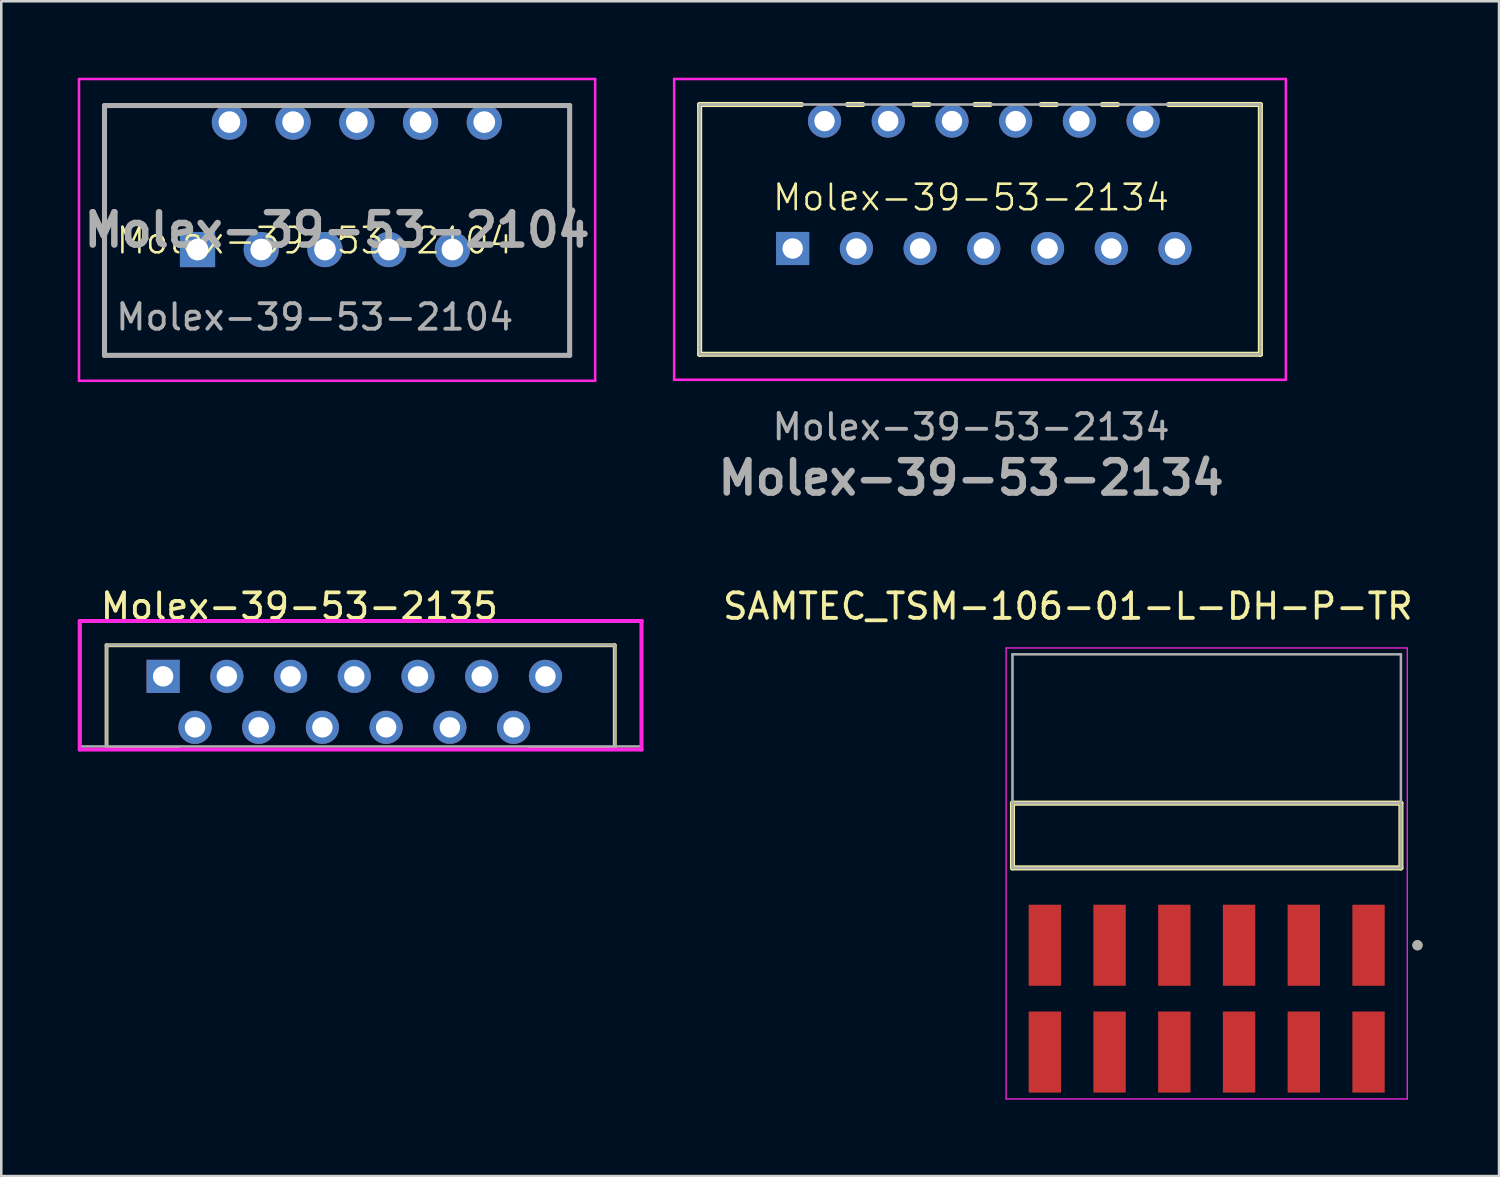
<source format=kicad_pcb>
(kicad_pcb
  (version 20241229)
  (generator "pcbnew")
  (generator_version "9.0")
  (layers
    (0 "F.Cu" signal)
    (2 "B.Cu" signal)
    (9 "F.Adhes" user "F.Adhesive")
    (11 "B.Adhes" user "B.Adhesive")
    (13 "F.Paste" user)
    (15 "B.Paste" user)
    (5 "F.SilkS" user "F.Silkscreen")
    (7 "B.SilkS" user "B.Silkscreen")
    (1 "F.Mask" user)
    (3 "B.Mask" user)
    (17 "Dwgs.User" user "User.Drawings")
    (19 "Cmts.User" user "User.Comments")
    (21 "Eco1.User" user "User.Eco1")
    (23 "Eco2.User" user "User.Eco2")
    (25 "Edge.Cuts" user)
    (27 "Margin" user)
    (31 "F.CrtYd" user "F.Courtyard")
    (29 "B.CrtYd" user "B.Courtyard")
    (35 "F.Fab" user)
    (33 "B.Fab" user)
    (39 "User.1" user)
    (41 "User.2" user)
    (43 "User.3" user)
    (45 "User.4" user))
  (footprint "Molex-39-53-2135"
    (layer "F.Cu")
    (at 3.35 23.487)
    (property "Reference" "Molex-39-53-2135" (at -2.54 -2.75 0) (layer "F.SilkS") (effects (font (size 1 1) (thickness 0.15)) (justify left)))
    (attr through_hole)
    (fp_line (start -2.22 -1.22) (end 17.72 -1.22) (stroke (width 0.15) (type solid)) (layer "F.SilkS"))
    (fp_line (start -2.22 2.85) (end -2.22 -1.22) (stroke (width 0.15) (type solid)) (layer "F.SilkS"))
    (fp_line (start -2.22 2.85) (end 0.633 2.85) (stroke (width 0.15) (type solid)) (layer "F.SilkS"))
    (fp_line (start 14.367 2.85) (end 17.72 2.85) (stroke (width 0.15) (type solid)) (layer "F.SilkS"))
    (fp_line (start 17.72 2.85) (end 17.72 -1.22) (stroke (width 0.15) (type solid)) (layer "F.SilkS"))
    (fp_line (start -3.275 -2.175) (end -3.275 2.875) (stroke (width 0.15) (type solid)) (layer "F.CrtYd"))
    (fp_line (start -3.275 2.875) (end 18.775 2.875) (stroke (width 0.15) (type solid)) (layer "F.CrtYd"))
    (fp_line (start 18.775 -2.175) (end -3.275 -2.175) (stroke (width 0.15) (type solid)) (layer "F.CrtYd"))
    (fp_line (start 18.775 -2.175) (end 18.775 -2.175) (stroke (width 0.15) (type solid)) (layer "F.CrtYd"))
    (fp_line (start 18.775 2.875) (end 18.775 -2.175) (stroke (width 0.15) (type solid)) (layer "F.CrtYd"))
    (fp_line (start -3.25 -2.15) (end 18.75 -2.15) (stroke (width 0.1) (type solid)) (layer "F.Fab"))
    (fp_line (start -3.25 2.75) (end -3.25 -2.15) (stroke (width 0.1) (type solid)) (layer "F.Fab"))
    (fp_line (start -3.25 2.75) (end 18.75 2.75) (stroke (width 0.1) (type solid)) (layer "F.Fab"))
    (fp_line (start -2.22 -1.22) (end 17.72 -1.22) (stroke (width 0.1) (type solid)) (layer "F.Fab"))
    (fp_line (start -2.22 2.85) (end -2.22 -1.22) (stroke (width 0.1) (type solid)) (layer "F.Fab"))
    (fp_line (start -2.22 2.85) (end 17.72 2.85) (stroke (width 0.1) (type solid)) (layer "F.Fab"))
    (fp_line (start 17.72 2.85) (end 17.72 -1.22) (stroke (width 0.1) (type solid)) (layer "F.Fab"))
    (fp_line (start 18.75 2.75) (end 18.75 -2.15) (stroke (width 0.1) (type solid)) (layer "F.Fab"))
    (pad "1" thru_hole rect (at 0 0 180) (size 1.3 1.3) (drill 0.8) (layers "*.Cu" "*.Mask"))
    (pad "2" thru_hole circle (at 1.25 2 180) (size 1.3 1.3) (drill 0.8) (layers "*.Cu" "*.Mask"))
    (pad "3" thru_hole circle (at 2.5 0 180) (size 1.3 1.3) (drill 0.8) (layers "*.Cu" "*.Mask"))
    (pad "4" thru_hole circle (at 3.75 2 180) (size 1.3 1.3) (drill 0.8) (layers "*.Cu" "*.Mask"))
    (pad "5" thru_hole circle (at 5 0 180) (size 1.3 1.3) (drill 0.8) (layers "*.Cu" "*.Mask"))
    (pad "6" thru_hole circle (at 6.25 2 180) (size 1.3 1.3) (drill 0.8) (layers "*.Cu" "*.Mask"))
    (pad "7" thru_hole circle (at 7.5 0 180) (size 1.3 1.3) (drill 0.8) (layers "*.Cu" "*.Mask"))
    (pad "8" thru_hole circle (at 8.75 2) (size 1.3 1.3) (drill 0.8) (layers "*.Cu" "*.Mask"))
    (pad "9" thru_hole circle (at 10 0 180) (size 1.3 1.3) (drill 0.8) (layers "*.Cu" "*.Mask"))
    (pad "10" thru_hole circle (at 11.25 2 180) (size 1.3 1.3) (drill 0.8) (layers "*.Cu" "*.Mask"))
    (pad "11" thru_hole circle (at 12.5 0 180) (size 1.3 1.3) (drill 0.8) (layers "*.Cu" "*.Mask"))
    (pad "12" thru_hole circle (at 13.75 2 180) (size 1.3 1.3) (drill 0.8) (layers "*.Cu" "*.Mask"))
    (pad "13" thru_hole circle (at 15 0 180) (size 1.3 1.3) (drill 0.8) (layers "*.Cu" "*.Mask")))
  (footprint "Molex-39-53-2104"
    (layer "F.Cu")
    (at 10.175 6.741)
    (property "Reference" "Molex-39-53-2104" (at -0.875 -0.35 0) (unlocked yes) (layer "F.SilkS") (effects (font (size 1 1) (thickness 0.1))))
    (attr smd)
    (fp_line (start -9.125 -5.65) (end -9.125 -5.65) (stroke (width 0.1) (type solid)) (layer "F.SilkS"))
    (fp_line (start -9.125 -5.65) (end -9.125 -5.65) (stroke (width 0.1) (type solid)) (layer "F.SilkS"))
    (fp_line (start -9.125 -5.65) (end -9.125 4.15) (stroke (width 0.1) (type solid)) (layer "F.SilkS"))
    (fp_line (start -9.125 -5.65) (end -5.475 -5.65) (stroke (width 0.1) (type solid)) (layer "F.SilkS"))
    (fp_line (start -9.125 4.15) (end -9.125 -5.65) (stroke (width 0.1) (type solid)) (layer "F.SilkS"))
    (fp_line (start -9.125 4.15) (end -9.125 4.15) (stroke (width 0.1) (type solid)) (layer "F.SilkS"))
    (fp_line (start -9.125 4.15) (end -9.125 4.15) (stroke (width 0.1) (type solid)) (layer "F.SilkS"))
    (fp_line (start -9.125 4.15) (end 9.125 4.15) (stroke (width 0.1) (type solid)) (layer "F.SilkS"))
    (fp_line (start -5.475 -5.65) (end -9.125 -5.65) (stroke (width 0.1) (type solid)) (layer "F.SilkS"))
    (fp_line (start -5.475 -5.65) (end -5.475 -5.65) (stroke (width 0.1) (type solid)) (layer "F.SilkS"))
    (fp_line (start 7.025 -5.65) (end 7.025 -5.65) (stroke (width 0.1) (type solid)) (layer "F.SilkS"))
    (fp_line (start 7.025 -5.65) (end 9.025 -5.65) (stroke (width 0.1) (type solid)) (layer "F.SilkS"))
    (fp_line (start 9.025 -5.65) (end 7.025 -5.65) (stroke (width 0.1) (type solid)) (layer "F.SilkS"))
    (fp_line (start 9.025 -5.65) (end 9.025 -5.65) (stroke (width 0.1) (type solid)) (layer "F.SilkS"))
    (fp_line (start 9.125 -5.65) (end 9.125 -5.65) (stroke (width 0.1) (type solid)) (layer "F.SilkS"))
    (fp_line (start 9.125 -5.65) (end 9.125 4.15) (stroke (width 0.1) (type solid)) (layer "F.SilkS"))
    (fp_line (start 9.125 4.15) (end -9.125 4.15) (stroke (width 0.1) (type solid)) (layer "F.SilkS"))
    (fp_line (start 9.125 4.15) (end 9.125 -5.65) (stroke (width 0.1) (type solid)) (layer "F.SilkS"))
    (fp_line (start 9.125 4.15) (end 9.125 4.15) (stroke (width 0.1) (type solid)) (layer "F.SilkS"))
    (fp_line (start 9.125 4.15) (end 9.125 4.15) (stroke (width 0.1) (type solid)) (layer "F.SilkS"))
    (fp_line (start -10.125 -6.691) (end 10.125 -6.691) (stroke (width 0.1) (type solid)) (layer "F.CrtYd"))
    (fp_line (start -10.125 5.15) (end -10.125 -6.691) (stroke (width 0.1) (type solid)) (layer "F.CrtYd"))
    (fp_line (start 10.125 -6.691) (end 10.125 5.15) (stroke (width 0.1) (type solid)) (layer "F.CrtYd"))
    (fp_line (start 10.125 5.15) (end -10.125 5.15) (stroke (width 0.1) (type solid)) (layer "F.CrtYd"))
    (fp_line (start -9.125 -5.65) (end 9.125 -5.65) (stroke (width 0.2) (type solid)) (layer "F.Fab"))
    (fp_line (start -9.125 4.15) (end -9.125 -5.65) (stroke (width 0.2) (type solid)) (layer "F.Fab"))
    (fp_line (start 9.125 -5.65) (end 9.125 4.15) (stroke (width 0.2) (type solid)) (layer "F.Fab"))
    (fp_line (start 9.125 4.15) (end -9.125 4.15) (stroke (width 0.2) (type solid)) (layer "F.Fab"))
    (fp_text user "${REFERENCE}" (at -0.875 2.65 0) (unlocked yes) (layer "F.Fab") (effects (font (size 1 1) (thickness 0.15))))
    (fp_text user "${REFERENCE}" (at 0 -0.77 0) (layer "F.Fab") (effects (font (size 1.27 1.27) (thickness 0.254))))
    (pad "1" thru_hole rect (at -5.475 0) (size 1.381 1.381) (drill 0.85) (layers "*.Cu" "*.Mask"))
    (pad "2" thru_hole circle (at -4.225 -5) (size 1.381 1.381) (drill 0.85) (layers "*.Cu" "*.Mask"))
    (pad "3" thru_hole circle (at -2.975 0) (size 1.381 1.381) (drill 0.85) (layers "*.Cu" "*.Mask"))
    (pad "4" thru_hole circle (at -1.725 -5) (size 1.381 1.381) (drill 0.85) (layers "*.Cu" "*.Mask"))
    (pad "5" thru_hole circle (at -0.475 0) (size 1.381 1.381) (drill 0.85) (layers "*.Cu" "*.Mask"))
    (pad "6" thru_hole circle (at 0.775 -5) (size 1.381 1.381) (drill 0.85) (layers "*.Cu" "*.Mask"))
    (pad "7" thru_hole circle (at 2.025 0) (size 1.381 1.381) (drill 0.85) (layers "*.Cu" "*.Mask"))
    (pad "8" thru_hole circle (at 3.275 -5) (size 1.381 1.381) (drill 0.85) (layers "*.Cu" "*.Mask"))
    (pad "9" thru_hole circle (at 4.525 0) (size 1.381 1.381) (drill 0.85) (layers "*.Cu" "*.Mask"))
    (pad "10" thru_hole circle (at 5.775 -5) (size 1.381 1.381) (drill 0.85) (layers "*.Cu" "*.Mask")))
  (footprint "SAMTEC_TSM-106-01-L-DH-P-TR"
    (layer "F.Cu")
    (at 44.294 29.732)
    (property "Reference" "SAMTEC_TSM-106-01-L-DH-P-TR" (at -5.445 -8.995 0) (layer "F.SilkS") (effects (font (size 1 1) (thickness 0.15))))
    (attr smd)
    (fp_line (start -7.62 1.27) (end -7.62 -1.27) (stroke (width 0.2) (type solid)) (layer "F.SilkS"))
    (fp_line (start 7.62 -1.27) (end -7.62 -1.27) (stroke (width 0.2) (type solid)) (layer "F.SilkS"))
    (fp_line (start 7.62 -1.27) (end 7.62 1.27) (stroke (width 0.2) (type solid)) (layer "F.SilkS"))
    (fp_line (start 7.62 1.27) (end -7.62 1.27) (stroke (width 0.2) (type solid)) (layer "F.SilkS"))
    (fp_circle (center 8.27 4.305) (end 8.37 4.305) (stroke (width 0.2) (type solid)) (fill no) (layer "F.SilkS"))
    (fp_line (start -7.87 -7.36) (end 7.87 -7.36) (stroke (width 0.05) (type solid)) (layer "F.CrtYd"))
    (fp_line (start -7.87 10.335) (end -7.87 -7.36) (stroke (width 0.05) (type solid)) (layer "F.CrtYd"))
    (fp_line (start 7.87 -7.36) (end 7.87 10.335) (stroke (width 0.05) (type solid)) (layer "F.CrtYd"))
    (fp_line (start 7.87 10.335) (end -7.87 10.335) (stroke (width 0.05) (type solid)) (layer "F.CrtYd"))
    (fp_line (start -7.62 -7.11) (end 7.62 -7.11) (stroke (width 0.1) (type solid)) (layer "F.Fab"))
    (fp_line (start -7.62 -1.27) (end 7.62 -1.27) (stroke (width 0.1) (type solid)) (layer "F.Fab"))
    (fp_line (start -7.62 1.27) (end -7.62 -7.11) (stroke (width 0.1) (type solid)) (layer "F.Fab"))
    (fp_line (start -7.62 1.27) (end -7.62 -1.27) (stroke (width 0.1) (type solid)) (layer "F.Fab"))
    (fp_line (start 7.62 -7.11) (end 7.62 1.27) (stroke (width 0.1) (type solid)) (layer "F.Fab"))
    (fp_line (start 7.62 -1.27) (end 7.62 1.27) (stroke (width 0.1) (type solid)) (layer "F.Fab"))
    (fp_line (start 7.62 1.27) (end -7.62 1.27) (stroke (width 0.1) (type solid)) (layer "F.Fab"))
    (fp_circle (center 8.27 4.305) (end 8.37 4.305) (stroke (width 0.2) (type solid)) (fill no) (layer "F.Fab"))
    (pad "01" smd rect (at 6.35 4.305) (size 1.27 3.18) (layers "F.Cu" "F.Mask" "F.Paste"))
    (pad "02" smd rect (at 6.35 8.495) (size 1.27 3.18) (layers "F.Cu" "F.Mask" "F.Paste"))
    (pad "03" smd rect (at 3.81 4.305) (size 1.27 3.18) (layers "F.Cu" "F.Mask" "F.Paste"))
    (pad "04" smd rect (at 3.81 8.495) (size 1.27 3.18) (layers "F.Cu" "F.Mask" "F.Paste"))
    (pad "05" smd rect (at 1.27 4.305) (size 1.27 3.18) (layers "F.Cu" "F.Mask" "F.Paste"))
    (pad "06" smd rect (at 1.27 8.495) (size 1.27 3.18) (layers "F.Cu" "F.Mask" "F.Paste"))
    (pad "07" smd rect (at -1.27 4.305) (size 1.27 3.18) (layers "F.Cu" "F.Mask" "F.Paste"))
    (pad "08" smd rect (at -1.27 8.495) (size 1.27 3.18) (layers "F.Cu" "F.Mask" "F.Paste"))
    (pad "09" smd rect (at -3.81 4.305) (size 1.27 3.18) (layers "F.Cu" "F.Mask" "F.Paste"))
    (pad "10" smd rect (at -3.81 8.495) (size 1.27 3.18) (layers "F.Cu" "F.Mask" "F.Paste"))
    (pad "11" smd rect (at -6.35 4.305) (size 1.27 3.18) (layers "F.Cu" "F.Mask" "F.Paste"))
    (pad "12" smd rect (at -6.35 8.495) (size 1.27 3.18) (layers "F.Cu" "F.Mask" "F.Paste")))
  (footprint "Molex-39-53-2134"
    (layer "F.Cu")
    (at 35.4 5.95)
    (property "Reference" "Molex-39-53-2134" (at -0.35 -1.25 0) (unlocked yes) (layer "F.SilkS") (effects (font (size 1 1) (thickness 0.1))))
    (attr smd)
    (fp_line (start -11 -4.9) (end -11 4.9) (stroke (width 0.2) (type solid)) (layer "F.SilkS"))
    (fp_line (start -11 4.9) (end 11 4.9) (stroke (width 0.2) (type solid)) (layer "F.SilkS"))
    (fp_line (start -7 -4.9) (end -11 -4.9) (stroke (width 0.2) (type solid)) (layer "F.SilkS"))
    (fp_line (start -4.6 -4.9) (end -5.2 -4.9) (stroke (width 0.2) (type solid)) (layer "F.SilkS"))
    (fp_line (start -2 -4.9) (end -2.6 -4.9) (stroke (width 0.2) (type solid)) (layer "F.SilkS"))
    (fp_line (start 0.4 -4.9) (end -0.2 -4.9) (stroke (width 0.2) (type solid)) (layer "F.SilkS"))
    (fp_line (start 3 -4.9) (end 2.4 -4.9) (stroke (width 0.2) (type solid)) (layer "F.SilkS"))
    (fp_line (start 5.4 -4.9) (end 4.8 -4.9) (stroke (width 0.2) (type solid)) (layer "F.SilkS"))
    (fp_line (start 11 -4.9) (end 7.4 -4.9) (stroke (width 0.2) (type solid)) (layer "F.SilkS"))
    (fp_line (start 11 4.9) (end 11 -4.9) (stroke (width 0.2) (type solid)) (layer "F.SilkS"))
    (fp_line (start -12 -5.9) (end 12 -5.9) (stroke (width 0.1) (type solid)) (layer "F.CrtYd"))
    (fp_line (start -12 5.9) (end -12 -5.9) (stroke (width 0.1) (type solid)) (layer "F.CrtYd"))
    (fp_line (start 12 -5.9) (end 12 5.9) (stroke (width 0.1) (type solid)) (layer "F.CrtYd"))
    (fp_line (start 12 5.9) (end -12 5.9) (stroke (width 0.1) (type solid)) (layer "F.CrtYd"))
    (fp_line (start -11 -4.9) (end -11 4.9) (stroke (width 0.1) (type solid)) (layer "F.Fab"))
    (fp_line (start -11 4.9) (end 11 4.9) (stroke (width 0.1) (type solid)) (layer "F.Fab"))
    (fp_line (start 11 -4.9) (end -11 -4.9) (stroke (width 0.1) (type solid)) (layer "F.Fab"))
    (fp_line (start 11 4.9) (end 11 -4.9) (stroke (width 0.1) (type solid)) (layer "F.Fab"))
    (fp_text user "${REFERENCE}" (at -0.35 9.75 0) (layer "F.Fab") (effects (font (size 1.27 1.27) (thickness 0.254))))
    (fp_text user "${REFERENCE}" (at -0.35 7.75 0) (unlocked yes) (layer "F.Fab") (effects (font (size 1 1) (thickness 0.15))))
    (pad "1" thru_hole rect (at -7.35 0.75) (size 1.3 1.3) (drill 0.8) (layers "*.Cu" "*.Mask"))
    (pad "2" thru_hole circle (at -6.1 -4.25) (size 1.3 1.3) (drill 0.8) (layers "*.Cu" "*.Mask"))
    (pad "3" thru_hole circle (at -4.85 0.75) (size 1.3 1.3) (drill 0.8) (layers "*.Cu" "*.Mask"))
    (pad "4" thru_hole circle (at -3.6 -4.25) (size 1.3 1.3) (drill 0.8) (layers "*.Cu" "*.Mask"))
    (pad "5" thru_hole circle (at -2.35 0.75) (size 1.3 1.3) (drill 0.8) (layers "*.Cu" "*.Mask"))
    (pad "6" thru_hole circle (at -1.1 -4.25) (size 1.3 1.3) (drill 0.8) (layers "*.Cu" "*.Mask"))
    (pad "7" thru_hole circle (at 0.15 0.75) (size 1.3 1.3) (drill 0.8) (layers "*.Cu" "*.Mask"))
    (pad "8" thru_hole circle (at 1.4 -4.25) (size 1.3 1.3) (drill 0.8) (layers "*.Cu" "*.Mask"))
    (pad "9" thru_hole circle (at 2.65 0.75) (size 1.3 1.3) (drill 0.8) (layers "*.Cu" "*.Mask"))
    (pad "10" thru_hole circle (at 3.9 -4.25) (size 1.3 1.3) (drill 0.8) (layers "*.Cu" "*.Mask"))
    (pad "11" thru_hole circle (at 5.15 0.75) (size 1.3 1.3) (drill 0.8) (layers "*.Cu" "*.Mask"))
    (pad "12" thru_hole circle (at 6.4 -4.25) (size 1.3 1.3) (drill 0.8) (layers "*.Cu" "*.Mask"))
    (pad "13" thru_hole circle (at 7.65 0.75) (size 1.3 1.3) (drill 0.8) (layers "*.Cu" "*.Mask")))
  (gr_rect
    (start -3 -3)
    (end 55.764 43.092)
    (stroke (width 0.1) (type default))
    (fill no)
    (layer "Edge.Cuts")))
</source>
